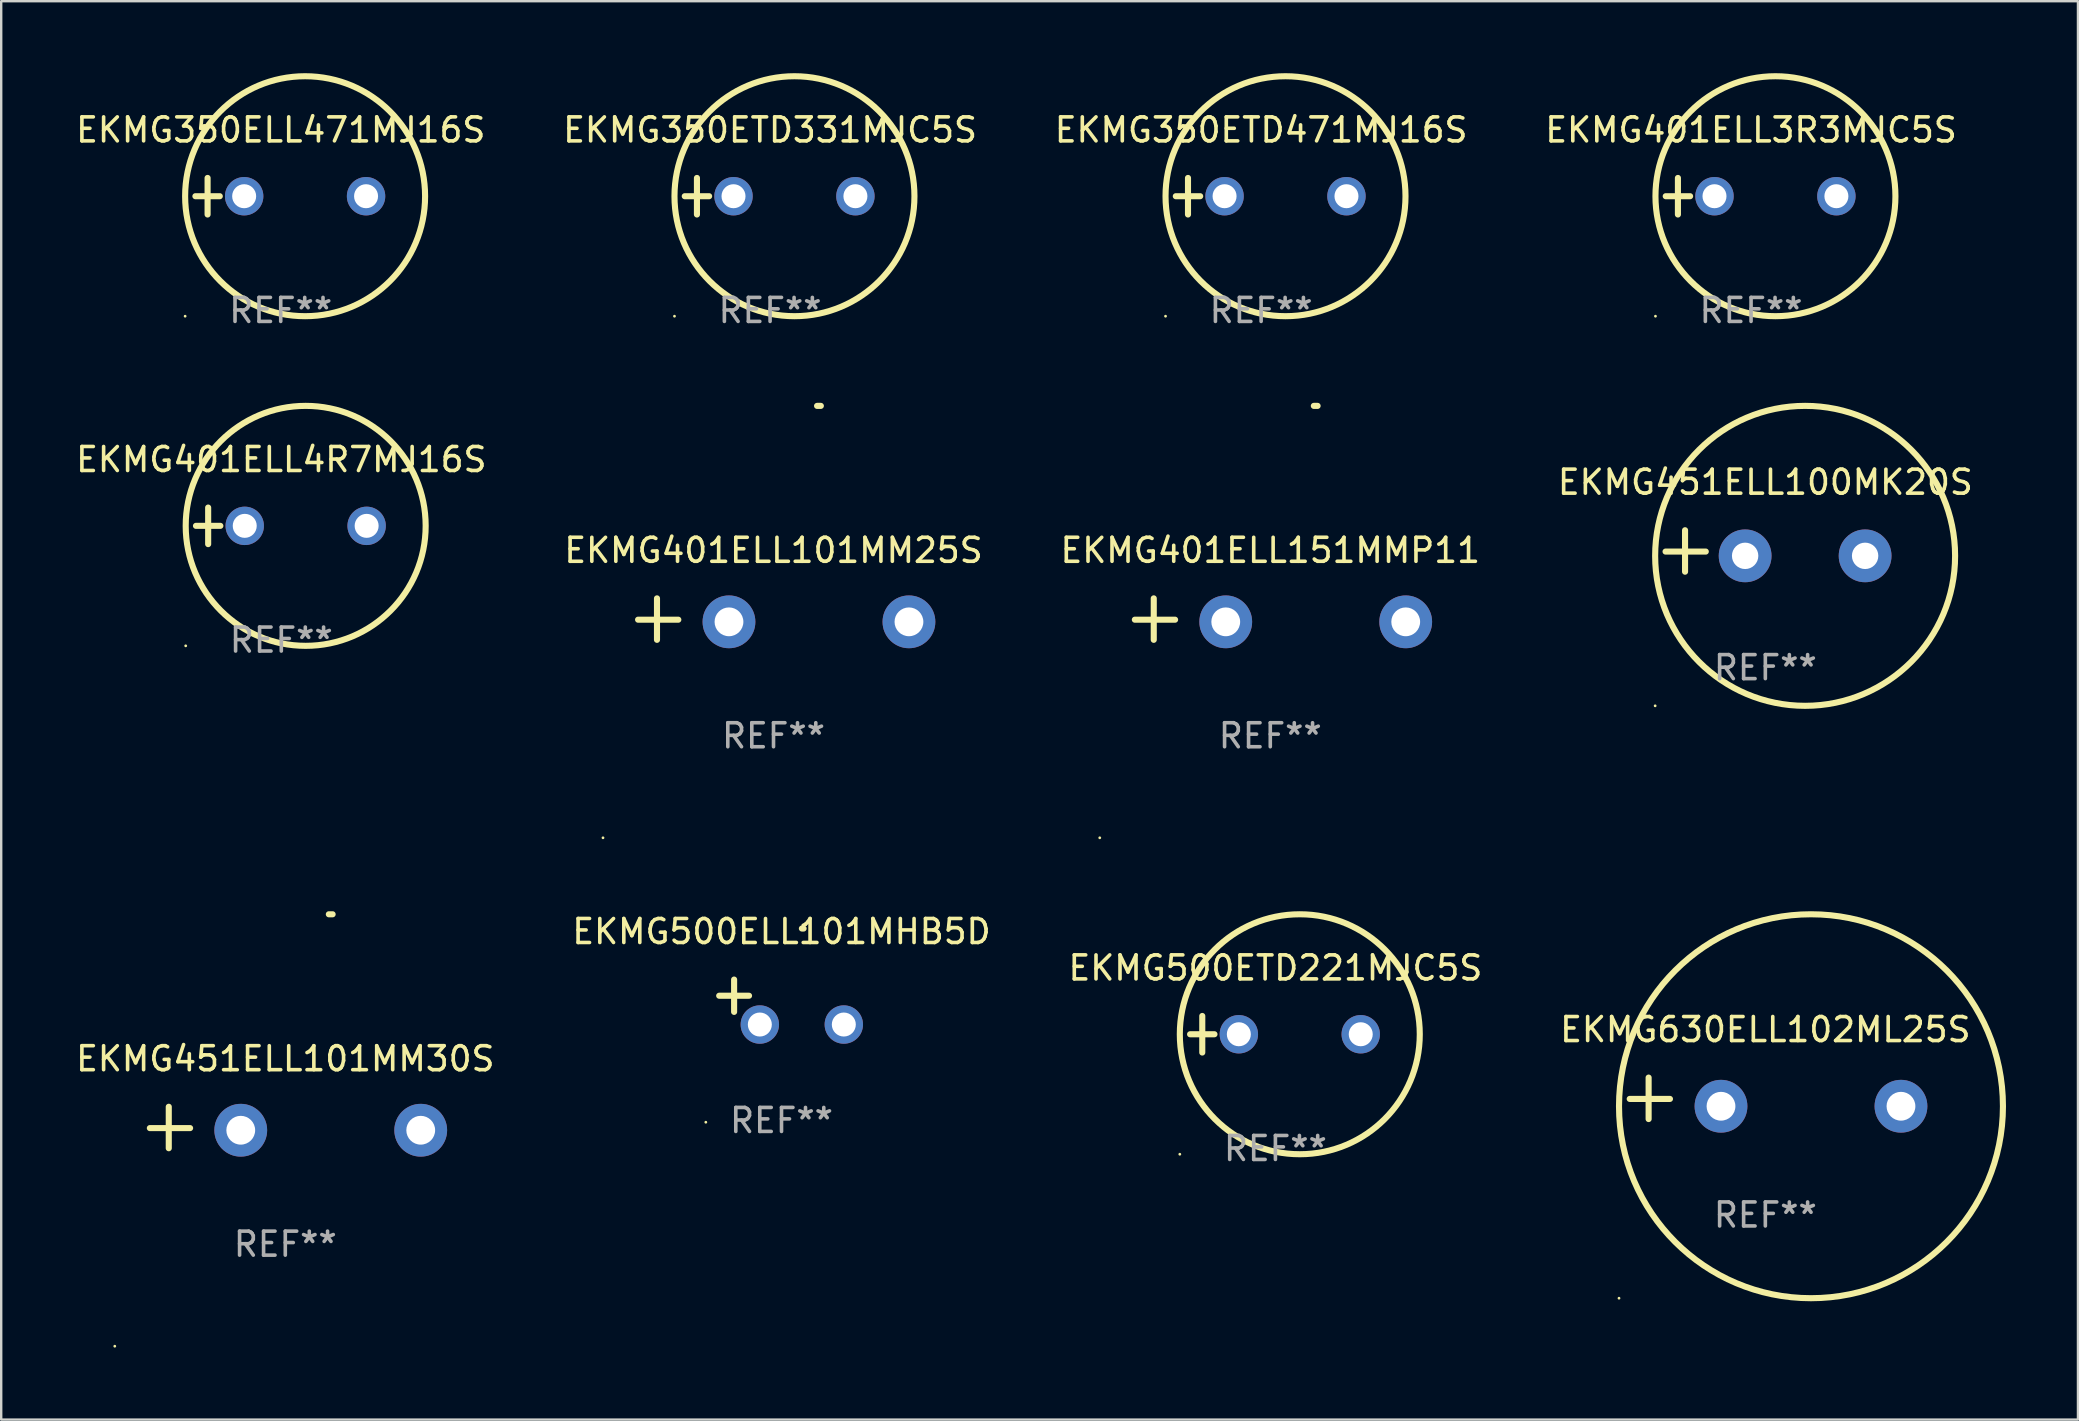
<source format=kicad_pcb>
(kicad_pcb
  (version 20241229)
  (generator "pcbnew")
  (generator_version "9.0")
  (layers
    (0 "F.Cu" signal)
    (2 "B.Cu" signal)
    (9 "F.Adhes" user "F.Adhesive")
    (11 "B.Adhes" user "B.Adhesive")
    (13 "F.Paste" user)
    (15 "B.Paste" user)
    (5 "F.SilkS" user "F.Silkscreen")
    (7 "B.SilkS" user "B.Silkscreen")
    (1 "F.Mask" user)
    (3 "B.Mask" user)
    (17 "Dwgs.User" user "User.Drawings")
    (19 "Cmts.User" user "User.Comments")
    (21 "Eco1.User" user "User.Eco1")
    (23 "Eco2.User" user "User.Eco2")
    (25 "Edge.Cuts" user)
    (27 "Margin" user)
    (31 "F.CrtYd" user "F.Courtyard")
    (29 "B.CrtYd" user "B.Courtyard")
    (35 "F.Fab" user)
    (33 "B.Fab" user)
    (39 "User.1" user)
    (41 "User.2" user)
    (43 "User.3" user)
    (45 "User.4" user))
  (footprint "EKMG451ELL100MK20S"
    (layer "F.Cu")
    (at 70.518 19.911)
    (property "Reference" "EKMG451ELL100MK20S" (at 0 -2.864 0) (layer "F.SilkS") (effects (font (size 1 1) (thickness 0.15))))
    (attr through_hole)
    (fp_line (start -3.346 0.864) (end -3.346 -0.864) (stroke (width 0.254) (type solid)) (layer "F.SilkS"))
    (fp_line (start -2.482 0.025) (end -4.158 0.025) (stroke (width 0.254) (type solid)) (layer "F.SilkS"))
    (fp_circle (center -4.592 6.453) (end -4.562 6.453) (stroke (width 0.06) (type solid)) (fill no) (layer "F.SilkS"))
    (fp_circle (center 1.658 0.203) (end 7.908 0.203) (stroke (width 0.254) (type solid)) (fill no) (layer "F.SilkS"))
    (fp_text user "REF**" (at 0 4.864 0) (layer "F.Fab") (effects (font (size 1 1) (thickness 0.15))))
    (pad "1" thru_hole circle (at -0.842 0.203) (size 2.2 2.2) (drill 1.1) (layers "*.Cu" "*.Mask"))
    (pad "2" thru_hole circle (at 4.158 0.203) (size 2.2 2.2) (drill 1.1) (layers "*.Cu" "*.Mask")))
  (footprint "EKMG401ELL3R3MJC5S"
    (layer "F.Cu")
    (at 69.923 5.127)
    (property "Reference" "EKMG401ELL3R3MJC5S" (at 0 -2.762 0) (layer "F.SilkS") (effects (font (size 1 1) (thickness 0.15))))
    (attr through_hole)
    (fp_line (start -3.556 0) (end -2.54 0) (stroke (width 0.254) (type solid)) (layer "F.SilkS"))
    (fp_line (start -3.048 -0.762) (end -3.048 0.762) (stroke (width 0.254) (type solid)) (layer "F.SilkS"))
    (fp_circle (center -3.984 5) (end -3.954 5) (stroke (width 0.06) (type solid)) (fill no) (layer "F.SilkS"))
    (fp_circle (center 1.016 0) (end 6.016 0) (stroke (width 0.254) (type solid)) (fill no) (layer "F.SilkS"))
    (fp_text user "REF**" (at 0 4.762 0) (layer "F.Fab") (effects (font (size 1 1) (thickness 0.15))))
    (pad "1" thru_hole circle (at -1.524 0) (size 1.6 1.6) (drill 1) (layers "*.Cu" "*.Mask"))
    (pad "2" thru_hole circle (at 3.556 0) (size 1.6 1.6) (drill 1) (layers "*.Cu" "*.Mask")))
  (footprint "EKMG401ELL151MMP11"
    (layer "F.Cu")
    (at 49.887 22.75)
    (property "Reference" "EKMG401ELL151MMP11" (at 0 -2.864 0) (layer "F.SilkS") (effects (font (size 1 1) (thickness 0.15))))
    (attr through_hole)
    (fp_line (start -4.856 0.864) (end -4.856 -0.864) (stroke (width 0.254) (type solid)) (layer "F.SilkS"))
    (fp_line (start -3.967 0.025) (end -5.644 0.025) (stroke (width 0.254) (type solid)) (layer "F.SilkS"))
    (fp_arc (start 1.815024 -8.885649) (mid 1.893764 -8.88599) (end 1.972504 -8.885649) (stroke (width 0.254001) (type solid)) (layer "F.SilkS"))
    (fp_circle (center -7.106 9.114) (end -7.076 9.114) (stroke (width 0.06) (type solid)) (fill no) (layer "F.SilkS"))
    (fp_text user "REF**" (at 0 4.864 0) (layer "F.Fab") (effects (font (size 1 1) (thickness 0.15))))
    (pad "1" thru_hole circle (at -1.856 0.114) (size 2.2 2.2) (drill 1.2) (layers "*.Cu" "*.Mask"))
    (pad "2" thru_hole circle (at 5.644 0.114) (size 2.2 2.2) (drill 1.2) (layers "*.Cu" "*.Mask")))
  (footprint "EKMG350ETD331MJC5S"
    (layer "F.Cu")
    (at 29.042 5.127)
    (property "Reference" "EKMG350ETD331MJC5S" (at 0 -2.762 0) (layer "F.SilkS") (effects (font (size 1 1) (thickness 0.15))))
    (attr through_hole)
    (fp_line (start -3.556 0) (end -2.54 0) (stroke (width 0.254) (type solid)) (layer "F.SilkS"))
    (fp_line (start -3.048 -0.762) (end -3.048 0.762) (stroke (width 0.254) (type solid)) (layer "F.SilkS"))
    (fp_circle (center -3.984 5) (end -3.954 5) (stroke (width 0.06) (type solid)) (fill no) (layer "F.SilkS"))
    (fp_circle (center 1.016 0) (end 6.016 0) (stroke (width 0.254) (type solid)) (fill no) (layer "F.SilkS"))
    (fp_text user "REF**" (at 0 4.762 0) (layer "F.Fab") (effects (font (size 1 1) (thickness 0.15))))
    (pad "1" thru_hole circle (at -1.524 0) (size 1.6 1.6) (drill 1) (layers "*.Cu" "*.Mask"))
    (pad "2" thru_hole circle (at 3.556 0) (size 1.6 1.6) (drill 1) (layers "*.Cu" "*.Mask")))
  (footprint "EKMG500ELL101MHB5D"
    (layer "F.Cu")
    (at 29.518 38.709)
    (property "Reference" "EKMG500ELL101MHB5D" (at 0 -2.937 0) (layer "F.SilkS") (effects (font (size 1 1) (thickness 0.15))))
    (attr through_hole)
    (fp_line (start -1.975 0.41) (end -1.975 -0.937) (stroke (width 0.254) (type solid)) (layer "F.SilkS"))
    (fp_line (start -1.353 -0.263) (end -2.597 -0.263) (stroke (width 0.254) (type solid)) (layer "F.SilkS"))
    (fp_arc (start 0.849809 -3.063957) (mid 0.885369 -3.064114) (end 0.920929 -3.063957) (stroke (width 0.254001) (type solid)) (layer "F.SilkS"))
    (fp_circle (center -3.154 5.008) (end -3.124 5.008) (stroke (width 0.06) (type solid)) (fill no) (layer "F.SilkS"))
    (fp_text user "REF**" (at 0 4.937 0) (layer "F.Fab") (effects (font (size 1 1) (thickness 0.15))))
    (pad "1" thru_hole circle (at -0.903 0.937) (size 1.6 1.6) (drill 1) (layers "*.Cu" "*.Mask"))
    (pad "2" thru_hole circle (at 2.597 0.937) (size 1.6 1.6) (drill 1) (layers "*.Cu" "*.Mask")))
  (footprint "EKMG451ELL101MM30S"
    (layer "F.Cu")
    (at 8.839 43.937)
    (property "Reference" "EKMG451ELL101MM30S" (at 0 -2.864 0) (layer "F.SilkS") (effects (font (size 1 1) (thickness 0.15))))
    (attr through_hole)
    (fp_line (start -4.856 0.864) (end -4.856 -0.864) (stroke (width 0.254) (type solid)) (layer "F.SilkS"))
    (fp_line (start -3.967 0.025) (end -5.644 0.025) (stroke (width 0.254) (type solid)) (layer "F.SilkS"))
    (fp_arc (start 1.815024 -8.885649) (mid 1.893764 -8.88599) (end 1.972504 -8.885649) (stroke (width 0.254001) (type solid)) (layer "F.SilkS"))
    (fp_circle (center -7.106 9.114) (end -7.076 9.114) (stroke (width 0.06) (type solid)) (fill no) (layer "F.SilkS"))
    (fp_text user "REF**" (at 0 4.864 0) (layer "F.Fab") (effects (font (size 1 1) (thickness 0.15))))
    (pad "1" thru_hole circle (at -1.856 0.114) (size 2.2 2.2) (drill 1.2) (layers "*.Cu" "*.Mask"))
    (pad "2" thru_hole circle (at 5.644 0.114) (size 2.2 2.2) (drill 1.2) (layers "*.Cu" "*.Mask")))
  (footprint "EKMG630ELL102ML25S"
    (layer "F.Cu")
    (at 70.518 42.721)
    (property "Reference" "EKMG630ELL102ML25S" (at 0 -2.864 0) (layer "F.SilkS") (effects (font (size 1 1) (thickness 0.15))))
    (attr through_hole)
    (fp_line (start -4.864 0.864) (end -4.864 -0.864) (stroke (width 0.254) (type solid)) (layer "F.SilkS"))
    (fp_line (start -3.975 0.025) (end -5.652 0.025) (stroke (width 0.254) (type solid)) (layer "F.SilkS"))
    (fp_circle (center -6.098 8.33) (end -6.068 8.33) (stroke (width 0.06) (type solid)) (fill no) (layer "F.SilkS"))
    (fp_circle (center 1.902 0.33) (end 9.902 0.33) (stroke (width 0.254) (type solid)) (fill no) (layer "F.SilkS"))
    (fp_text user "REF**" (at 0 4.864 0) (layer "F.Fab") (effects (font (size 1 1) (thickness 0.15))))
    (pad "1" thru_hole circle (at -1.848 0.33) (size 2.2 2.2) (drill 1.2) (layers "*.Cu" "*.Mask"))
    (pad "2" thru_hole circle (at 5.652 0.33) (size 2.2 2.2) (drill 1.2) (layers "*.Cu" "*.Mask")))
  (footprint "EKMG350ELL471MJ16S"
    (layer "F.Cu")
    (at 8.649 5.127)
    (property "Reference" "EKMG350ELL471MJ16S" (at 0 -2.762 0) (layer "F.SilkS") (effects (font (size 1 1) (thickness 0.15))))
    (attr through_hole)
    (fp_line (start -3.556 0) (end -2.54 0) (stroke (width 0.254) (type solid)) (layer "F.SilkS"))
    (fp_line (start -3.048 -0.762) (end -3.048 0.762) (stroke (width 0.254) (type solid)) (layer "F.SilkS"))
    (fp_circle (center -3.984 5) (end -3.954 5) (stroke (width 0.06) (type solid)) (fill no) (layer "F.SilkS"))
    (fp_circle (center 1.016 0) (end 6.016 0) (stroke (width 0.254) (type solid)) (fill no) (layer "F.SilkS"))
    (fp_text user "REF**" (at 0 4.762 0) (layer "F.Fab") (effects (font (size 1 1) (thickness 0.15))))
    (pad "1" thru_hole circle (at -1.524 0) (size 1.6 1.6) (drill 1) (layers "*.Cu" "*.Mask"))
    (pad "2" thru_hole circle (at 3.556 0) (size 1.6 1.6) (drill 1) (layers "*.Cu" "*.Mask")))
  (footprint "EKMG401ELL4R7MJ16S"
    (layer "F.Cu")
    (at 8.673 18.864)
    (property "Reference" "EKMG401ELL4R7MJ16S" (at 0 -2.762 0) (layer "F.SilkS") (effects (font (size 1 1) (thickness 0.15))))
    (attr through_hole)
    (fp_line (start -3.556 0) (end -2.54 0) (stroke (width 0.254) (type solid)) (layer "F.SilkS"))
    (fp_line (start -3.048 -0.762) (end -3.048 0.762) (stroke (width 0.254) (type solid)) (layer "F.SilkS"))
    (fp_circle (center -3.984 5) (end -3.954 5) (stroke (width 0.06) (type solid)) (fill no) (layer "F.SilkS"))
    (fp_circle (center 1.016 0) (end 6.016 0) (stroke (width 0.254) (type solid)) (fill no) (layer "F.SilkS"))
    (fp_text user "REF**" (at 0 4.762 0) (layer "F.Fab") (effects (font (size 1 1) (thickness 0.15))))
    (pad "1" thru_hole circle (at -1.524 0) (size 1.6 1.6) (drill 1) (layers "*.Cu" "*.Mask"))
    (pad "2" thru_hole circle (at 3.556 0) (size 1.6 1.6) (drill 1) (layers "*.Cu" "*.Mask")))
  (footprint "EKMG401ELL101MM25S"
    (layer "F.Cu")
    (at 29.185 22.75)
    (property "Reference" "EKMG401ELL101MM25S" (at 0 -2.864 0) (layer "F.SilkS") (effects (font (size 1 1) (thickness 0.15))))
    (attr through_hole)
    (fp_line (start -4.856 0.864) (end -4.856 -0.864) (stroke (width 0.254) (type solid)) (layer "F.SilkS"))
    (fp_line (start -3.967 0.025) (end -5.644 0.025) (stroke (width 0.254) (type solid)) (layer "F.SilkS"))
    (fp_arc (start 1.815024 -8.885649) (mid 1.893764 -8.88599) (end 1.972504 -8.885649) (stroke (width 0.254001) (type solid)) (layer "F.SilkS"))
    (fp_circle (center -7.106 9.114) (end -7.076 9.114) (stroke (width 0.06) (type solid)) (fill no) (layer "F.SilkS"))
    (fp_text user "REF**" (at 0 4.864 0) (layer "F.Fab") (effects (font (size 1 1) (thickness 0.15))))
    (pad "1" thru_hole circle (at -1.856 0.114) (size 2.2 2.2) (drill 1.2) (layers "*.Cu" "*.Mask"))
    (pad "2" thru_hole circle (at 5.644 0.114) (size 2.2 2.2) (drill 1.2) (layers "*.Cu" "*.Mask")))
  (footprint "EKMG500ETD221MJC5S"
    (layer "F.Cu")
    (at 50.101 40.051)
    (property "Reference" "EKMG500ETD221MJC5S" (at 0 -2.762 0) (layer "F.SilkS") (effects (font (size 1 1) (thickness 0.15))))
    (attr through_hole)
    (fp_line (start -3.556 0) (end -2.54 0) (stroke (width 0.254) (type solid)) (layer "F.SilkS"))
    (fp_line (start -3.048 -0.762) (end -3.048 0.762) (stroke (width 0.254) (type solid)) (layer "F.SilkS"))
    (fp_circle (center -3.984 5) (end -3.954 5) (stroke (width 0.06) (type solid)) (fill no) (layer "F.SilkS"))
    (fp_circle (center 1.016 0) (end 6.016 0) (stroke (width 0.254) (type solid)) (fill no) (layer "F.SilkS"))
    (fp_text user "REF**" (at 0 4.762 0) (layer "F.Fab") (effects (font (size 1 1) (thickness 0.15))))
    (pad "1" thru_hole circle (at -1.524 0) (size 1.6 1.6) (drill 1) (layers "*.Cu" "*.Mask"))
    (pad "2" thru_hole circle (at 3.556 0) (size 1.6 1.6) (drill 1) (layers "*.Cu" "*.Mask")))
  (footprint "EKMG350ETD471MJ16S"
    (layer "F.Cu")
    (at 49.506 5.127)
    (property "Reference" "EKMG350ETD471MJ16S" (at 0 -2.762 0) (layer "F.SilkS") (effects (font (size 1 1) (thickness 0.15))))
    (attr through_hole)
    (fp_line (start -3.556 0) (end -2.54 0) (stroke (width 0.254) (type solid)) (layer "F.SilkS"))
    (fp_line (start -3.048 -0.762) (end -3.048 0.762) (stroke (width 0.254) (type solid)) (layer "F.SilkS"))
    (fp_circle (center -3.984 5) (end -3.954 5) (stroke (width 0.06) (type solid)) (fill no) (layer "F.SilkS"))
    (fp_circle (center 1.016 0) (end 6.016 0) (stroke (width 0.254) (type solid)) (fill no) (layer "F.SilkS"))
    (fp_text user "REF**" (at 0 4.762 0) (layer "F.Fab") (effects (font (size 1 1) (thickness 0.15))))
    (pad "1" thru_hole circle (at -1.524 0) (size 1.6 1.6) (drill 1) (layers "*.Cu" "*.Mask"))
    (pad "2" thru_hole circle (at 3.556 0) (size 1.6 1.6) (drill 1) (layers "*.Cu" "*.Mask")))
  (gr_rect
    (start -3 -3)
    (end 83.546 56.11)
    (stroke (width 0.1) (type default))
    (fill no)
    (layer "Edge.Cuts")))
</source>
